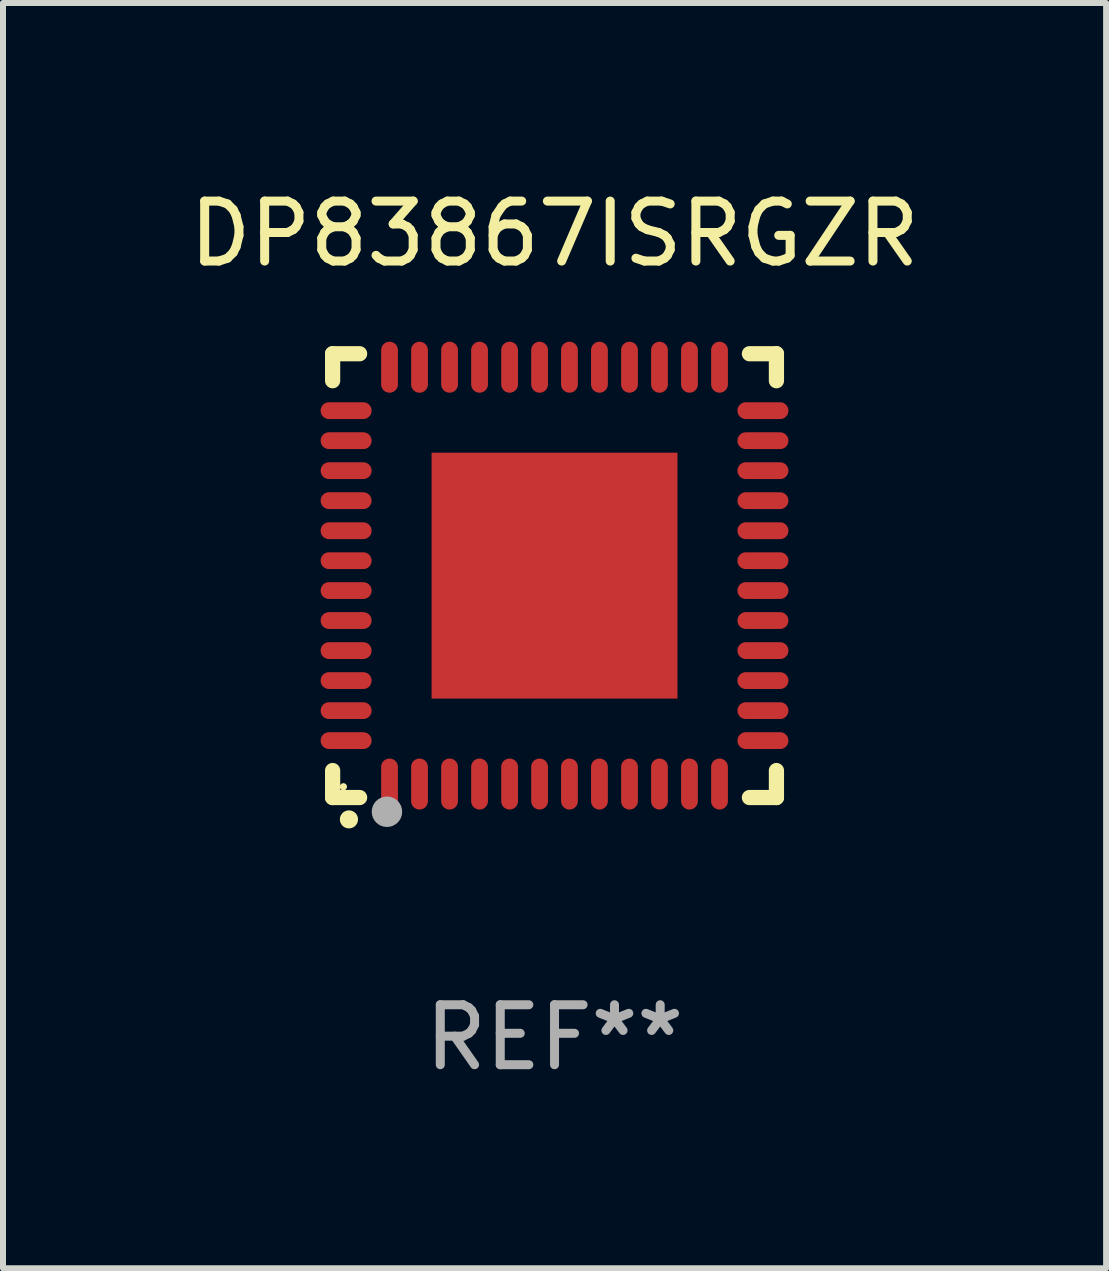
<source format=kicad_pcb>
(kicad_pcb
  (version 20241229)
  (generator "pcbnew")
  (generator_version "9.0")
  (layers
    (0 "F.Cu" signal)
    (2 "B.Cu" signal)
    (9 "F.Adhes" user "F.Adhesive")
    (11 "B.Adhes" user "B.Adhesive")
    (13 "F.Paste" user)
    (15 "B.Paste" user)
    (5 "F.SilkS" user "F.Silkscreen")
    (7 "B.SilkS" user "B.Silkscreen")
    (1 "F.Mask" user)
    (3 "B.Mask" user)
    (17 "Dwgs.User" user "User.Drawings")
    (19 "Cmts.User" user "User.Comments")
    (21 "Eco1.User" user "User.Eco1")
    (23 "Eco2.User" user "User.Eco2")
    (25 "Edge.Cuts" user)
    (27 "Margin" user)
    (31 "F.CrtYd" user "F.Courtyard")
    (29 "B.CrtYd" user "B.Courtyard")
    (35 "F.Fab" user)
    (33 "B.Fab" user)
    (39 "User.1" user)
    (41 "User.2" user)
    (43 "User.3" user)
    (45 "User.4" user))
  (footprint "DP83867ISRGZR"
    (layer "F.Cu")
    (at 6.196 6.548)
    (property "Reference" "DP83867ISRGZR" (at 0 -5.7 0) (layer "F.SilkS") (effects (font (size 1 1) (thickness 0.15))))
    (attr through_hole)
    (fp_line (start -3.7 -3.7) (end -3.25 -3.7) (stroke (width 0.254) (type solid)) (layer "F.SilkS"))
    (fp_line (start -3.7 -3.25) (end -3.7 -3.7) (stroke (width 0.254) (type solid)) (layer "F.SilkS"))
    (fp_line (start -3.7 3.7) (end -3.7 3.25) (stroke (width 0.254) (type solid)) (layer "F.SilkS"))
    (fp_line (start -3.25 3.7) (end -3.7 3.7) (stroke (width 0.254) (type solid)) (layer "F.SilkS"))
    (fp_line (start 3.25 3.7) (end 3.7 3.7) (stroke (width 0.254) (type solid)) (layer "F.SilkS"))
    (fp_line (start 3.7 -3.7) (end 3.25 -3.7) (stroke (width 0.254) (type solid)) (layer "F.SilkS"))
    (fp_line (start 3.7 -3.25) (end 3.7 -3.7) (stroke (width 0.254) (type solid)) (layer "F.SilkS"))
    (fp_line (start 3.7 3.7) (end 3.7 3.25) (stroke (width 0.254) (type solid)) (layer "F.SilkS"))
    (fp_arc (start -3.429108 4.06411) (mid -3.427838 4.064105) (end -3.426568 4.06411) (stroke (width 0.3) (type solid)) (layer "F.SilkS"))
    (fp_circle (center -3.52 3.52) (end -3.49 3.52) (stroke (width 0.06) (type solid)) (fill no) (layer "F.SilkS"))
    (fp_circle (center -2.794 3.937) (end -2.667 3.937) (stroke (width 0.254) (type solid)) (fill no) (layer "F.Fab"))
    (fp_text user "REF**" (at 0 7.7 0) (layer "F.Fab") (effects (font (size 1 1) (thickness 0.15))))
    (pad "1" smd oval (at -2.751 3.475) (size 0.28 0.85) (layers "F.Cu" "F.Mask" "F.Paste"))
    (pad "2" smd oval (at -2.251 3.475) (size 0.28 0.85) (layers "F.Cu" "F.Mask" "F.Paste"))
    (pad "3" smd oval (at -1.75 3.475) (size 0.28 0.85) (layers "F.Cu" "F.Mask" "F.Paste"))
    (pad "4" smd oval (at -1.25 3.475) (size 0.28 0.85) (layers "F.Cu" "F.Mask" "F.Paste"))
    (pad "5" smd oval (at -0.749 3.475) (size 0.28 0.85) (layers "F.Cu" "F.Mask" "F.Paste"))
    (pad "6" smd oval (at -0.249 3.475) (size 0.28 0.85) (layers "F.Cu" "F.Mask" "F.Paste"))
    (pad "7" smd oval (at 0.249 3.475) (size 0.28 0.85) (layers "F.Cu" "F.Mask" "F.Paste"))
    (pad "8" smd oval (at 0.749 3.475) (size 0.28 0.85) (layers "F.Cu" "F.Mask" "F.Paste"))
    (pad "9" smd oval (at 1.25 3.475) (size 0.28 0.85) (layers "F.Cu" "F.Mask" "F.Paste"))
    (pad "10" smd oval (at 1.75 3.475) (size 0.28 0.85) (layers "F.Cu" "F.Mask" "F.Paste"))
    (pad "11" smd oval (at 2.25 3.475) (size 0.28 0.85) (layers "F.Cu" "F.Mask" "F.Paste"))
    (pad "12" smd oval (at 2.751 3.475) (size 0.28 0.85) (layers "F.Cu" "F.Mask" "F.Paste"))
    (pad "13" smd oval (at 3.475 2.751) (size 0.85 0.28) (layers "F.Cu" "F.Mask" "F.Paste"))
    (pad "14" smd oval (at 3.475 2.251) (size 0.85 0.28) (layers "F.Cu" "F.Mask" "F.Paste"))
    (pad "15" smd oval (at 3.475 1.75) (size 0.85 0.28) (layers "F.Cu" "F.Mask" "F.Paste"))
    (pad "16" smd oval (at 3.475 1.25) (size 0.85 0.28) (layers "F.Cu" "F.Mask" "F.Paste"))
    (pad "17" smd oval (at 3.475 0.749) (size 0.85 0.28) (layers "F.Cu" "F.Mask" "F.Paste"))
    (pad "18" smd oval (at 3.475 0.249) (size 0.85 0.28) (layers "F.Cu" "F.Mask" "F.Paste"))
    (pad "19" smd oval (at 3.475 -0.249) (size 0.85 0.28) (layers "F.Cu" "F.Mask" "F.Paste"))
    (pad "20" smd oval (at 3.475 -0.749) (size 0.85 0.28) (layers "F.Cu" "F.Mask" "F.Paste"))
    (pad "21" smd oval (at 3.475 -1.25) (size 0.85 0.28) (layers "F.Cu" "F.Mask" "F.Paste"))
    (pad "22" smd oval (at 3.475 -1.75) (size 0.85 0.28) (layers "F.Cu" "F.Mask" "F.Paste"))
    (pad "23" smd oval (at 3.475 -2.25) (size 0.85 0.28) (layers "F.Cu" "F.Mask" "F.Paste"))
    (pad "24" smd oval (at 3.475 -2.751) (size 0.85 0.28) (layers "F.Cu" "F.Mask" "F.Paste"))
    (pad "25" smd oval (at 2.751 -3.475) (size 0.28 0.85) (layers "F.Cu" "F.Mask" "F.Paste"))
    (pad "26" smd oval (at 2.25 -3.475) (size 0.28 0.85) (layers "F.Cu" "F.Mask" "F.Paste"))
    (pad "27" smd oval (at 1.75 -3.475) (size 0.28 0.85) (layers "F.Cu" "F.Mask" "F.Paste"))
    (pad "28" smd oval (at 1.25 -3.475) (size 0.28 0.85) (layers "F.Cu" "F.Mask" "F.Paste"))
    (pad "29" smd oval (at 0.749 -3.475) (size 0.28 0.85) (layers "F.Cu" "F.Mask" "F.Paste"))
    (pad "30" smd oval (at 0.249 -3.475) (size 0.28 0.85) (layers "F.Cu" "F.Mask" "F.Paste"))
    (pad "31" smd oval (at -0.249 -3.475) (size 0.28 0.85) (layers "F.Cu" "F.Mask" "F.Paste"))
    (pad "32" smd oval (at -0.749 -3.475) (size 0.28 0.85) (layers "F.Cu" "F.Mask" "F.Paste"))
    (pad "33" smd oval (at -1.25 -3.475) (size 0.28 0.85) (layers "F.Cu" "F.Mask" "F.Paste"))
    (pad "34" smd oval (at -1.75 -3.475) (size 0.28 0.85) (layers "F.Cu" "F.Mask" "F.Paste"))
    (pad "35" smd oval (at -2.251 -3.475) (size 0.28 0.85) (layers "F.Cu" "F.Mask" "F.Paste"))
    (pad "36" smd oval (at -2.751 -3.475) (size 0.28 0.85) (layers "F.Cu" "F.Mask" "F.Paste"))
    (pad "37" smd oval (at -3.475 -2.751) (size 0.85 0.28) (layers "F.Cu" "F.Mask" "F.Paste"))
    (pad "38" smd oval (at -3.475 -2.25) (size 0.85 0.28) (layers "F.Cu" "F.Mask" "F.Paste"))
    (pad "39" smd oval (at -3.475 -1.75) (size 0.85 0.28) (layers "F.Cu" "F.Mask" "F.Paste"))
    (pad "40" smd oval (at -3.475 -1.25) (size 0.85 0.28) (layers "F.Cu" "F.Mask" "F.Paste"))
    (pad "41" smd oval (at -3.475 -0.749) (size 0.85 0.28) (layers "F.Cu" "F.Mask" "F.Paste"))
    (pad "42" smd oval (at -3.475 -0.249) (size 0.85 0.28) (layers "F.Cu" "F.Mask" "F.Paste"))
    (pad "43" smd oval (at -3.475 0.249) (size 0.85 0.28) (layers "F.Cu" "F.Mask" "F.Paste"))
    (pad "44" smd oval (at -3.475 0.749) (size 0.85 0.28) (layers "F.Cu" "F.Mask" "F.Paste"))
    (pad "45" smd oval (at -3.475 1.25) (size 0.85 0.28) (layers "F.Cu" "F.Mask" "F.Paste"))
    (pad "46" smd oval (at -3.475 1.75) (size 0.85 0.28) (layers "F.Cu" "F.Mask" "F.Paste"))
    (pad "47" smd oval (at -3.475 2.251) (size 0.85 0.28) (layers "F.Cu" "F.Mask" "F.Paste"))
    (pad "48" smd oval (at -3.475 2.751) (size 0.85 0.28) (layers "F.Cu" "F.Mask" "F.Paste"))
    (pad "49" smd rect (at -0.000102 0.000102) (size 4.1 4.1) (layers "F.Cu" "F.Mask" "F.Paste")))
  (gr_rect
    (start -3 -3)
    (end 15.393 18.097)
    (stroke (width 0.1) (type default))
    (fill no)
    (layer "Edge.Cuts")))
</source>
